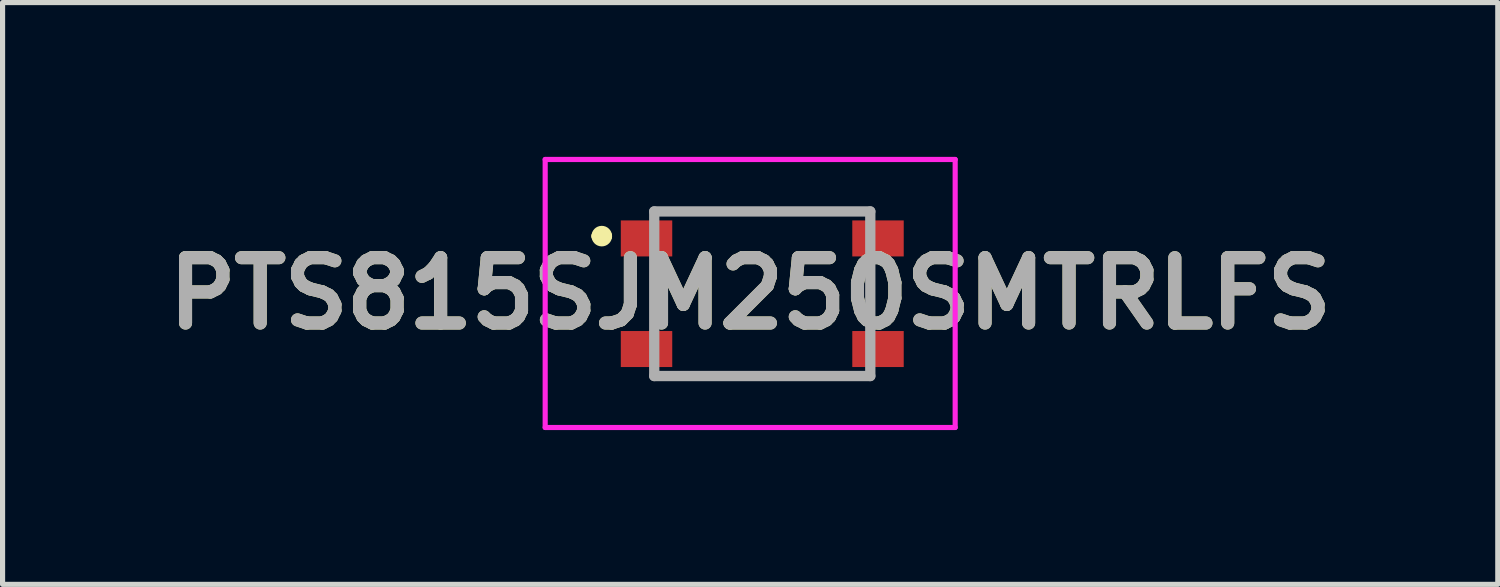
<source format=kicad_pcb>
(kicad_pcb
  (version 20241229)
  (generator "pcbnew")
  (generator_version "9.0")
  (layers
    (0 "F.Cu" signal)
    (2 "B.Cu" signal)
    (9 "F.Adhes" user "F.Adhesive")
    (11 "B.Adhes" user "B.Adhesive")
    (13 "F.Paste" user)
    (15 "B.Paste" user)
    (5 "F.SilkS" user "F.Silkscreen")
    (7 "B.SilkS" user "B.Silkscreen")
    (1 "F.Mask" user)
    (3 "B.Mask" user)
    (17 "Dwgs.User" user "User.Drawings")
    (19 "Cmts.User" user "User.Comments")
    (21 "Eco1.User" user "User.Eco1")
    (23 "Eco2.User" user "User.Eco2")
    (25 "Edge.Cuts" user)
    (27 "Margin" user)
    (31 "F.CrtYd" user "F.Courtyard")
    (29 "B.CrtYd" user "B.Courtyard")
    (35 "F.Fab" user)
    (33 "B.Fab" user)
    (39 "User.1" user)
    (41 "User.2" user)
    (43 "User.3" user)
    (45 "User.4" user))
  (footprint "PTS815SJM250SMTRLFS"
    (layer "F.Cu")
    (at 11.768 2.66)
    (property "Reference" "PTS815SJM250SMTRLFS" (at -0.235 -0.005 0) (layer "F.SilkS") (effects (font (size 1.27 1.27) (thickness 0.254))))
    (attr smd)
    (fp_line (start -3.22 -1.12) (end -3.22 -1.12) (stroke (width 0.2) (type solid)) (layer "F.SilkS"))
    (fp_line (start -3.02 -1.12) (end -3.02 -1.12) (stroke (width 0.2) (type solid)) (layer "F.SilkS"))
    (fp_line (start -2.1 -1.61) (end 2.1 -1.61) (stroke (width 0.1) (type solid)) (layer "F.SilkS"))
    (fp_line (start -2.1 0.56) (end -2.1 -0.56) (stroke (width 0.1) (type solid)) (layer "F.SilkS"))
    (fp_line (start -2.1 1.6) (end 2.1 1.6) (stroke (width 0.1) (type solid)) (layer "F.SilkS"))
    (fp_line (start 2.1 0.56) (end 2.1 -0.56) (stroke (width 0.1) (type solid)) (layer "F.SilkS"))
    (fp_arc (start -3.22 -1.12) (mid -3.12 -1.22) (end -3.02 -1.12) (stroke (width 0.2) (type solid)) (layer "F.SilkS"))
    (fp_arc (start -3.02 -1.12) (mid -3.12 -1.02) (end -3.22 -1.12) (stroke (width 0.2) (type solid)) (layer "F.SilkS"))
    (fp_line (start -4.22 -2.61) (end 3.75 -2.61) (stroke (width 0.1) (type solid)) (layer "F.CrtYd"))
    (fp_line (start -4.22 2.6) (end -4.22 -2.61) (stroke (width 0.1) (type solid)) (layer "F.CrtYd"))
    (fp_line (start 3.75 -2.61) (end 3.75 2.6) (stroke (width 0.1) (type solid)) (layer "F.CrtYd"))
    (fp_line (start 3.75 2.6) (end -4.22 2.6) (stroke (width 0.1) (type solid)) (layer "F.CrtYd"))
    (fp_line (start -2.1 -1.6) (end 2.1 -1.6) (stroke (width 0.2) (type solid)) (layer "F.Fab"))
    (fp_line (start -2.1 1.6) (end -2.1 -1.6) (stroke (width 0.2) (type solid)) (layer "F.Fab"))
    (fp_line (start 2.1 -1.6) (end 2.1 1.6) (stroke (width 0.2) (type solid)) (layer "F.Fab"))
    (fp_line (start 2.1 1.6) (end -2.1 1.6) (stroke (width 0.2) (type solid)) (layer "F.Fab"))
    (fp_text user "${REFERENCE}" (at -0.235 -0.005 0) (layer "F.Fab") (effects (font (size 1.27 1.27) (thickness 0.254))))
    (pad "1" smd rect (at -2.25 -1.075 90) (size 0.7 1) (layers "F.Cu" "F.Mask" "F.Paste"))
    (pad "2" smd rect (at 2.25 -1.075 90) (size 0.7 1) (layers "F.Cu" "F.Mask" "F.Paste"))
    (pad "3" smd rect (at -2.25 1.075 90) (size 0.7 1) (layers "F.Cu" "F.Mask" "F.Paste"))
    (pad "4" smd rect (at 2.25 1.075 90) (size 0.7 1) (layers "F.Cu" "F.Mask" "F.Paste")))
  (gr_rect
    (start -3 -3)
    (end 26.066 8.31)
    (stroke (width 0.1) (type default))
    (fill no)
    (layer "Edge.Cuts")))
</source>
